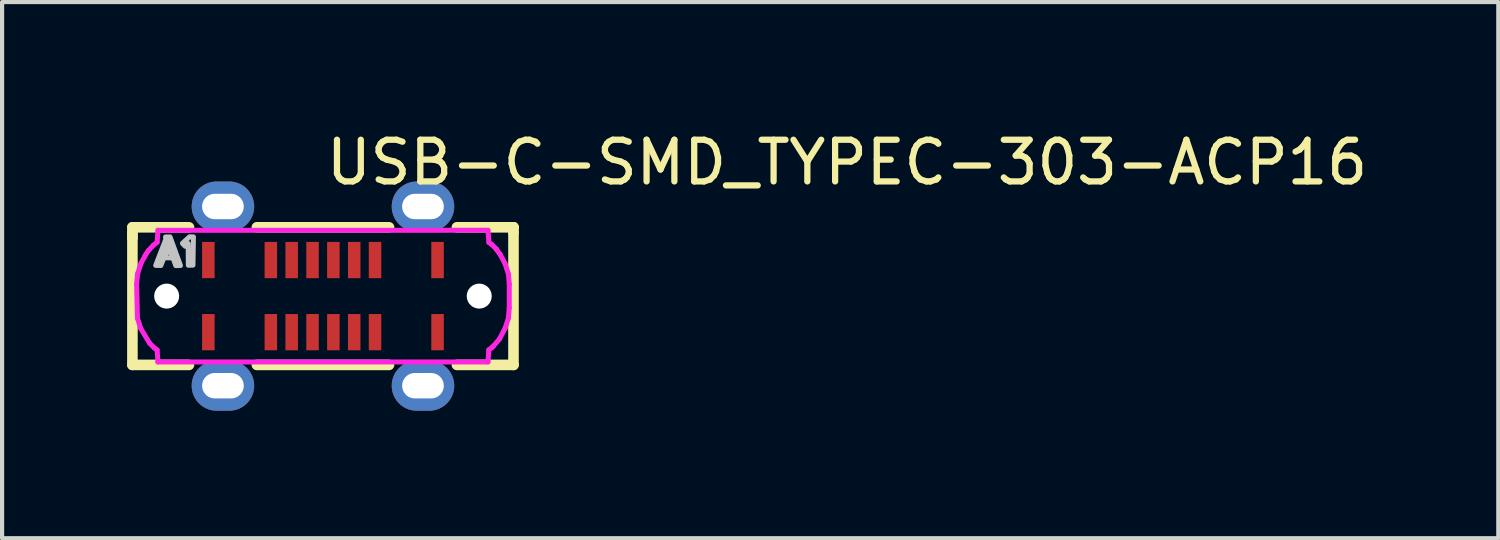
<source format=kicad_pcb>
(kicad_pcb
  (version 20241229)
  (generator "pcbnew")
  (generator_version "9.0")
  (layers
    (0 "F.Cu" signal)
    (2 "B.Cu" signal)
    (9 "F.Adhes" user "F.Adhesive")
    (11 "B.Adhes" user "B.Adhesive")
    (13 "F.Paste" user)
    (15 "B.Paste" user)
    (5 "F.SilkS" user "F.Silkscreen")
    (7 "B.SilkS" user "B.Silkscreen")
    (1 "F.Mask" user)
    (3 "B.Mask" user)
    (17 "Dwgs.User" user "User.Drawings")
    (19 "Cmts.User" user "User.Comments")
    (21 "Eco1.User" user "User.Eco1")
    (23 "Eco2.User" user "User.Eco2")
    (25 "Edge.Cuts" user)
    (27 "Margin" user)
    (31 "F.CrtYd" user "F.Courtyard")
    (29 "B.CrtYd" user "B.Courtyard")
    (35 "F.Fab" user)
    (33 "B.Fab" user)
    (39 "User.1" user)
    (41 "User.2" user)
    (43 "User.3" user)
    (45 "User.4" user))
  (footprint "USB-C-SMD_TYPEC-303-ACP16"
    (layer "F.Cu")
    (at 4.699 4.055)
    (property "Reference" "USB-C-SMD_TYPEC-303-ACP16" (at 0 -3.207 0) (layer "F.SilkS") (effects (font (size 1 1) (thickness 0.15)) (justify left)))
    (attr through_hole)
    (fp_line (start -4.572 -1.651) (end -4.572 -1.397) (stroke (width 0.254) (type solid)) (layer "F.SilkS"))
    (fp_line (start -4.572 -1.524) (end -4.572 1.651) (stroke (width 0.254) (type solid)) (layer "F.SilkS"))
    (fp_line (start -4.572 1.651) (end -3.214 1.651) (stroke (width 0.254) (type solid)) (layer "F.SilkS"))
    (fp_line (start -3.214 -1.651) (end -4.572 -1.651) (stroke (width 0.254) (type solid)) (layer "F.SilkS"))
    (fp_line (start -1.586 1.651) (end 1.586 1.651) (stroke (width 0.254) (type solid)) (layer "F.SilkS"))
    (fp_line (start 1.586 -1.651) (end -1.586 -1.651) (stroke (width 0.254) (type solid)) (layer "F.SilkS"))
    (fp_line (start 3.214 1.651) (end 4.572 1.651) (stroke (width 0.254) (type solid)) (layer "F.SilkS"))
    (fp_line (start 4.572 -1.651) (end 3.214 -1.651) (stroke (width 0.254) (type solid)) (layer "F.SilkS"))
    (fp_line (start 4.572 -1.651) (end 4.572 -1.651) (stroke (width 0.254) (type solid)) (layer "F.SilkS"))
    (fp_line (start 4.572 -1.524) (end 4.572 -1.651) (stroke (width 0.254) (type solid)) (layer "F.SilkS"))
    (fp_line (start 4.572 1.651) (end 4.572 -1.524) (stroke (width 0.254) (type solid)) (layer "F.SilkS"))
    (fp_poly (pts (xy -2.9 -1.3) (xy -2.9 -0.43) (xy -2.6 -0.43) (xy -2.6 -1.3)) (stroke (width 0.12) (type solid)) (fill yes) (layer "F.Paste"))
    (fp_poly (pts (xy -2.9 0.43) (xy -2.9 1.3) (xy -2.6 1.3) (xy -2.6 0.43)) (stroke (width 0.12) (type solid)) (fill yes) (layer "F.Paste"))
    (fp_poly (pts (xy -1.4 -1.3) (xy -1.4 -0.43) (xy -1.1 -0.43) (xy -1.1 -1.3)) (stroke (width 0.12) (type solid)) (fill yes) (layer "F.Paste"))
    (fp_poly (pts (xy -1.4 0.43) (xy -1.4 1.3) (xy -1.1 1.3) (xy -1.1 0.43)) (stroke (width 0.12) (type solid)) (fill yes) (layer "F.Paste"))
    (fp_poly (pts (xy -0.9 0.43) (xy -0.9 1.3) (xy -0.6 1.3) (xy -0.6 0.43)) (stroke (width 0.12) (type solid)) (fill yes) (layer "F.Paste"))
    (fp_poly (pts (xy -0.6 -0.43) (xy -0.6 -1.3) (xy -0.9 -1.3) (xy -0.9 -0.43)) (stroke (width 0.12) (type solid)) (fill yes) (layer "F.Paste"))
    (fp_poly (pts (xy -0.1 -0.43) (xy -0.1 -1.3) (xy -0.4 -1.3) (xy -0.4 -0.43)) (stroke (width 0.12) (type solid)) (fill yes) (layer "F.Paste"))
    (fp_poly (pts (xy -0.1 1.3) (xy -0.1 0.43) (xy -0.4 0.43) (xy -0.4 1.3)) (stroke (width 0.12) (type solid)) (fill yes) (layer "F.Paste"))
    (fp_poly (pts (xy 0.4 -0.43) (xy 0.4 -1.3) (xy 0.1 -1.3) (xy 0.1 -0.43)) (stroke (width 0.12) (type solid)) (fill yes) (layer "F.Paste"))
    (fp_poly (pts (xy 0.4 1.3) (xy 0.4 0.43) (xy 0.1 0.43) (xy 0.1 1.3)) (stroke (width 0.12) (type solid)) (fill yes) (layer "F.Paste"))
    (fp_poly (pts (xy 0.9 -0.43) (xy 0.9 -1.3) (xy 0.6 -1.3) (xy 0.6 -0.43)) (stroke (width 0.12) (type solid)) (fill yes) (layer "F.Paste"))
    (fp_poly (pts (xy 0.9 1.3) (xy 0.9 0.43) (xy 0.6 0.43) (xy 0.6 1.3)) (stroke (width 0.12) (type solid)) (fill yes) (layer "F.Paste"))
    (fp_poly (pts (xy 1.4 -0.43) (xy 1.4 -1.3) (xy 1.1 -1.3) (xy 1.1 -0.43)) (stroke (width 0.12) (type solid)) (fill yes) (layer "F.Paste"))
    (fp_poly (pts (xy 1.4 1.3) (xy 1.4 0.43) (xy 1.1 0.43) (xy 1.1 1.3)) (stroke (width 0.12) (type solid)) (fill yes) (layer "F.Paste"))
    (fp_poly (pts (xy 2.9 -0.43) (xy 2.9 -1.3) (xy 2.6 -1.3) (xy 2.6 -0.43)) (stroke (width 0.12) (type solid)) (fill yes) (layer "F.Paste"))
    (fp_poly (pts (xy 2.9 1.3) (xy 2.9 0.43) (xy 2.6 0.43) (xy 2.6 1.3)) (stroke (width 0.12) (type solid)) (fill yes) (layer "F.Paste"))
    (fp_poly (pts (xy -2.55 -2.75) (xy -2.58 -2.749) (xy -2.61 -2.747) (xy -2.639 -2.743) (xy -2.669 -2.738) (xy -2.698 -2.732) (xy -2.727 -2.723) (xy -2.755 -2.714) (xy -2.783 -2.703) (xy -2.81 -2.691) (xy -2.837 -2.677) (xy -2.863 -2.662) (xy -2.888 -2.646) (xy -2.912 -2.628) (xy -2.936 -2.61) (xy -2.958 -2.59) (xy -2.98 -2.569) (xy -3 -2.547) (xy -3.019 -2.524) (xy -3.037 -2.5) (xy -3.054 -2.476) (xy -3.07 -2.45) (xy -3.084 -2.424) (xy -3.097 -2.397) (xy -3.109 -2.369) (xy -3.119 -2.341) (xy -3.128 -2.313) (xy -3.135 -2.284) (xy -3.141 -2.254) (xy -3.145 -2.225) (xy -3.148 -2.195) (xy -3.15 -2.165) (xy -3.15 -2.135) (xy -3.148 -2.105) (xy -3.145 -2.076) (xy -3.141 -2.046) (xy -3.135 -2.017) (xy -3.128 -1.988) (xy -3.119 -1.959) (xy -3.109 -1.931) (xy -3.097 -1.903) (xy -3.084 -1.876) (xy -3.07 -1.85) (xy -3.054 -1.825) (xy -3.037 -1.8) (xy -3.019 -1.776) (xy -3 -1.753) (xy -2.98 -1.731) (xy -2.958 -1.71) (xy -2.936 -1.69) (xy -2.912 -1.672) (xy -2.888 -1.654) (xy -2.863 -1.638) (xy -2.837 -1.623) (xy -2.81 -1.61) (xy -2.783 -1.597) (xy -2.755 -1.586) (xy -2.727 -1.577) (xy -2.698 -1.569) (xy -2.669 -1.562) (xy -2.639 -1.557) (xy -2.61 -1.553) (xy -2.58 -1.551) (xy -2.55 -1.55) (xy -2.25 -1.55) (xy -2.22 -1.551) (xy -2.19 -1.553) (xy -2.161 -1.557) (xy -2.131 -1.562) (xy -2.102 -1.569) (xy -2.073 -1.577) (xy -2.045 -1.586) (xy -2.017 -1.597) (xy -1.99 -1.61) (xy -1.963 -1.623) (xy -1.937 -1.638) (xy -1.912 -1.654) (xy -1.888 -1.672) (xy -1.864 -1.69) (xy -1.842 -1.71) (xy -1.821 -1.731) (xy -1.8 -1.753) (xy -1.781 -1.776) (xy -1.763 -1.8) (xy -1.746 -1.825) (xy -1.73 -1.85) (xy -1.716 -1.876) (xy -1.703 -1.903) (xy -1.692 -1.931) (xy -1.681 -1.959) (xy -1.672 -1.988) (xy -1.665 -2.017) (xy -1.659 -2.046) (xy -1.655 -2.076) (xy -1.652 -2.105) (xy -1.65 -2.135) (xy -1.65 -2.165) (xy -1.652 -2.195) (xy -1.655 -2.225) (xy -1.659 -2.254) (xy -1.665 -2.284) (xy -1.672 -2.313) (xy -1.681 -2.341) (xy -1.692 -2.369) (xy -1.703 -2.397) (xy -1.716 -2.424) (xy -1.73 -2.45) (xy -1.746 -2.476) (xy -1.763 -2.5) (xy -1.781 -2.524) (xy -1.8 -2.547) (xy -1.821 -2.569) (xy -1.842 -2.59) (xy -1.864 -2.61) (xy -1.888 -2.628) (xy -1.912 -2.646) (xy -1.937 -2.662) (xy -1.963 -2.677) (xy -1.99 -2.691) (xy -2.017 -2.703) (xy -2.045 -2.714) (xy -2.073 -2.723) (xy -2.102 -2.732) (xy -2.131 -2.738) (xy -2.161 -2.743) (xy -2.19 -2.747) (xy -2.22 -2.749) (xy -2.25 -2.75)) (stroke (width 0.12) (type solid)) (fill yes) (layer "F.Paste"))
    (fp_poly (pts (xy -2.22 1.551) (xy -2.25 1.55) (xy -2.55 1.55) (xy -2.58 1.551) (xy -2.61 1.553) (xy -2.639 1.557) (xy -2.669 1.562) (xy -2.698 1.569) (xy -2.727 1.577) (xy -2.755 1.586) (xy -2.783 1.597) (xy -2.81 1.61) (xy -2.837 1.623) (xy -2.863 1.638) (xy -2.888 1.654) (xy -2.912 1.672) (xy -2.936 1.69) (xy -2.958 1.71) (xy -2.98 1.731) (xy -3 1.753) (xy -3.019 1.776) (xy -3.037 1.8) (xy -3.054 1.825) (xy -3.07 1.85) (xy -3.084 1.876) (xy -3.097 1.903) (xy -3.109 1.931) (xy -3.119 1.959) (xy -3.128 1.988) (xy -3.135 2.017) (xy -3.141 2.046) (xy -3.145 2.076) (xy -3.148 2.105) (xy -3.15 2.135) (xy -3.15 2.165) (xy -3.148 2.195) (xy -3.145 2.225) (xy -3.141 2.254) (xy -3.135 2.284) (xy -3.128 2.313) (xy -3.119 2.341) (xy -3.109 2.369) (xy -3.097 2.397) (xy -3.084 2.424) (xy -3.07 2.45) (xy -3.054 2.476) (xy -3.037 2.5) (xy -3.019 2.524) (xy -3 2.547) (xy -2.98 2.569) (xy -2.958 2.59) (xy -2.936 2.61) (xy -2.912 2.628) (xy -2.888 2.646) (xy -2.863 2.662) (xy -2.837 2.677) (xy -2.81 2.691) (xy -2.783 2.703) (xy -2.755 2.714) (xy -2.727 2.723) (xy -2.698 2.732) (xy -2.669 2.738) (xy -2.639 2.743) (xy -2.61 2.747) (xy -2.58 2.749) (xy -2.55 2.75) (xy -2.25 2.75) (xy -2.22 2.749) (xy -2.19 2.747) (xy -2.161 2.743) (xy -2.131 2.738) (xy -2.102 2.732) (xy -2.073 2.723) (xy -2.045 2.714) (xy -2.017 2.703) (xy -1.99 2.691) (xy -1.963 2.677) (xy -1.937 2.662) (xy -1.912 2.646) (xy -1.888 2.628) (xy -1.864 2.61) (xy -1.842 2.59) (xy -1.821 2.569) (xy -1.8 2.547) (xy -1.781 2.524) (xy -1.763 2.5) (xy -1.746 2.476) (xy -1.73 2.45) (xy -1.716 2.424) (xy -1.703 2.397) (xy -1.692 2.369) (xy -1.681 2.341) (xy -1.672 2.313) (xy -1.665 2.284) (xy -1.659 2.254) (xy -1.655 2.225) (xy -1.652 2.195) (xy -1.65 2.165) (xy -1.65 2.135) (xy -1.652 2.105) (xy -1.655 2.076) (xy -1.659 2.046) (xy -1.665 2.017) (xy -1.672 1.988) (xy -1.681 1.959) (xy -1.692 1.931) (xy -1.703 1.903) (xy -1.716 1.876) (xy -1.73 1.85) (xy -1.746 1.825) (xy -1.763 1.8) (xy -1.781 1.776) (xy -1.8 1.753) (xy -1.821 1.731) (xy -1.842 1.71) (xy -1.864 1.69) (xy -1.888 1.672) (xy -1.912 1.654) (xy -1.937 1.638) (xy -1.963 1.623) (xy -1.99 1.61) (xy -2.017 1.597) (xy -2.045 1.586) (xy -2.073 1.577) (xy -2.102 1.569) (xy -2.131 1.562) (xy -2.161 1.557) (xy -2.19 1.553)) (stroke (width 0.12) (type solid)) (fill yes) (layer "F.Paste"))
    (fp_poly (pts (xy 2.25 -2.75) (xy 2.22 -2.749) (xy 2.19 -2.747) (xy 2.161 -2.743) (xy 2.131 -2.738) (xy 2.102 -2.732) (xy 2.073 -2.723) (xy 2.045 -2.714) (xy 2.017 -2.703) (xy 1.99 -2.691) (xy 1.963 -2.677) (xy 1.937 -2.662) (xy 1.912 -2.646) (xy 1.888 -2.628) (xy 1.864 -2.61) (xy 1.842 -2.59) (xy 1.821 -2.569) (xy 1.8 -2.547) (xy 1.781 -2.524) (xy 1.763 -2.5) (xy 1.746 -2.476) (xy 1.73 -2.45) (xy 1.716 -2.424) (xy 1.703 -2.397) (xy 1.692 -2.369) (xy 1.681 -2.341) (xy 1.672 -2.313) (xy 1.665 -2.284) (xy 1.659 -2.254) (xy 1.655 -2.225) (xy 1.652 -2.195) (xy 1.65 -2.165) (xy 1.65 -2.135) (xy 1.652 -2.105) (xy 1.655 -2.076) (xy 1.659 -2.046) (xy 1.665 -2.017) (xy 1.672 -1.988) (xy 1.681 -1.959) (xy 1.692 -1.931) (xy 1.703 -1.903) (xy 1.716 -1.876) (xy 1.73 -1.85) (xy 1.746 -1.825) (xy 1.763 -1.8) (xy 1.781 -1.776) (xy 1.8 -1.753) (xy 1.821 -1.731) (xy 1.842 -1.71) (xy 1.864 -1.69) (xy 1.888 -1.672) (xy 1.912 -1.654) (xy 1.937 -1.638) (xy 1.963 -1.623) (xy 1.99 -1.61) (xy 2.017 -1.597) (xy 2.045 -1.586) (xy 2.073 -1.577) (xy 2.102 -1.569) (xy 2.131 -1.562) (xy 2.161 -1.557) (xy 2.19 -1.553) (xy 2.22 -1.551) (xy 2.25 -1.55) (xy 2.55 -1.55) (xy 2.58 -1.551) (xy 2.61 -1.553) (xy 2.639 -1.557) (xy 2.669 -1.562) (xy 2.698 -1.569) (xy 2.727 -1.577) (xy 2.755 -1.586) (xy 2.783 -1.597) (xy 2.81 -1.61) (xy 2.837 -1.623) (xy 2.863 -1.638) (xy 2.888 -1.654) (xy 2.912 -1.672) (xy 2.936 -1.69) (xy 2.958 -1.71) (xy 2.98 -1.731) (xy 3 -1.753) (xy 3.019 -1.776) (xy 3.037 -1.8) (xy 3.054 -1.825) (xy 3.07 -1.85) (xy 3.084 -1.876) (xy 3.097 -1.903) (xy 3.109 -1.931) (xy 3.119 -1.959) (xy 3.128 -1.988) (xy 3.135 -2.017) (xy 3.141 -2.046) (xy 3.145 -2.076) (xy 3.148 -2.105) (xy 3.15 -2.135) (xy 3.15 -2.165) (xy 3.148 -2.195) (xy 3.145 -2.225) (xy 3.141 -2.254) (xy 3.135 -2.284) (xy 3.128 -2.313) (xy 3.119 -2.341) (xy 3.109 -2.369) (xy 3.097 -2.397) (xy 3.084 -2.424) (xy 3.07 -2.45) (xy 3.054 -2.476) (xy 3.037 -2.5) (xy 3.019 -2.524) (xy 3 -2.547) (xy 2.98 -2.569) (xy 2.958 -2.59) (xy 2.936 -2.61) (xy 2.912 -2.628) (xy 2.888 -2.646) (xy 2.863 -2.662) (xy 2.837 -2.677) (xy 2.81 -2.691) (xy 2.783 -2.703) (xy 2.755 -2.714) (xy 2.727 -2.723) (xy 2.698 -2.732) (xy 2.669 -2.738) (xy 2.639 -2.743) (xy 2.61 -2.747) (xy 2.58 -2.749) (xy 2.55 -2.75)) (stroke (width 0.12) (type solid)) (fill yes) (layer "F.Paste"))
    (fp_poly (pts (xy 2.58 1.551) (xy 2.55 1.55) (xy 2.25 1.55) (xy 2.22 1.551) (xy 2.19 1.553) (xy 2.161 1.557) (xy 2.131 1.562) (xy 2.102 1.569) (xy 2.073 1.577) (xy 2.045 1.586) (xy 2.017 1.597) (xy 1.99 1.61) (xy 1.963 1.623) (xy 1.937 1.638) (xy 1.912 1.654) (xy 1.888 1.672) (xy 1.864 1.69) (xy 1.842 1.71) (xy 1.821 1.731) (xy 1.8 1.753) (xy 1.781 1.776) (xy 1.763 1.8) (xy 1.746 1.825) (xy 1.73 1.85) (xy 1.716 1.876) (xy 1.703 1.903) (xy 1.692 1.931) (xy 1.681 1.959) (xy 1.672 1.988) (xy 1.665 2.017) (xy 1.659 2.046) (xy 1.655 2.076) (xy 1.652 2.105) (xy 1.65 2.135) (xy 1.65 2.165) (xy 1.652 2.195) (xy 1.655 2.225) (xy 1.659 2.254) (xy 1.665 2.284) (xy 1.672 2.313) (xy 1.681 2.341) (xy 1.692 2.369) (xy 1.703 2.397) (xy 1.716 2.424) (xy 1.73 2.45) (xy 1.746 2.476) (xy 1.763 2.5) (xy 1.781 2.524) (xy 1.8 2.547) (xy 1.821 2.569) (xy 1.842 2.59) (xy 1.864 2.61) (xy 1.888 2.628) (xy 1.912 2.646) (xy 1.937 2.662) (xy 1.963 2.677) (xy 1.99 2.691) (xy 2.017 2.703) (xy 2.045 2.714) (xy 2.073 2.723) (xy 2.102 2.732) (xy 2.131 2.738) (xy 2.161 2.743) (xy 2.19 2.747) (xy 2.22 2.749) (xy 2.25 2.75) (xy 2.55 2.75) (xy 2.58 2.749) (xy 2.61 2.747) (xy 2.639 2.743) (xy 2.669 2.738) (xy 2.698 2.732) (xy 2.727 2.723) (xy 2.755 2.714) (xy 2.783 2.703) (xy 2.81 2.691) (xy 2.837 2.677) (xy 2.863 2.662) (xy 2.888 2.646) (xy 2.912 2.628) (xy 2.936 2.61) (xy 2.958 2.59) (xy 2.98 2.569) (xy 3 2.547) (xy 3.019 2.524) (xy 3.037 2.5) (xy 3.054 2.476) (xy 3.07 2.45) (xy 3.084 2.424) (xy 3.097 2.397) (xy 3.109 2.369) (xy 3.119 2.341) (xy 3.128 2.313) (xy 3.135 2.284) (xy 3.141 2.254) (xy 3.145 2.225) (xy 3.148 2.195) (xy 3.15 2.165) (xy 3.15 2.135) (xy 3.148 2.105) (xy 3.145 2.076) (xy 3.141 2.046) (xy 3.135 2.017) (xy 3.128 1.988) (xy 3.119 1.959) (xy 3.109 1.931) (xy 3.097 1.903) (xy 3.084 1.876) (xy 3.07 1.85) (xy 3.054 1.825) (xy 3.037 1.8) (xy 3.019 1.776) (xy 3 1.753) (xy 2.98 1.731) (xy 2.958 1.71) (xy 2.936 1.69) (xy 2.912 1.672) (xy 2.888 1.654) (xy 2.863 1.638) (xy 2.837 1.623) (xy 2.81 1.61) (xy 2.783 1.597) (xy 2.755 1.586) (xy 2.727 1.577) (xy 2.698 1.569) (xy 2.669 1.562) (xy 2.639 1.557) (xy 2.61 1.553)) (stroke (width 0.12) (type solid)) (fill yes) (layer "F.Paste"))
    (fp_circle (center -3.75 0) (end -3.65 0) (stroke (width 0.2) (type solid)) (fill no) (layer "Dwgs.User"))
    (fp_circle (center 3.75 0) (end 3.85 0) (stroke (width 0.2) (type solid)) (fill no) (layer "Dwgs.User"))
    (fp_poly (pts (xy -3.759 -1.05) (xy -3.646 -1.049) (xy -3.599 -0.917) (xy -3.811 -0.921)) (stroke (width 0.12) (type solid)) (fill no) (layer "Dwgs.User"))
    (fp_poly (pts (xy -3.702 -1.205) (xy -3.889 -0.735) (xy -4.013 -0.737) (xy -3.763 -1.382)) (stroke (width 0.12) (type solid)) (fill no) (layer "Dwgs.User"))
    (fp_poly (pts (xy -3.532 -0.733) (xy -3.419 -0.734) (xy -3.669 -1.42) (xy -3.777 -1.419) (xy -3.775 -1.419)) (stroke (width 0.12) (type solid)) (fill no) (layer "Dwgs.User"))
    (fp_poly (pts (xy -3.304 -1.196) (xy -3.365 -1.257) (xy -3.367 -1.26) (xy -3.369 -1.263) (xy -3.37 -1.266) (xy -3.37 -1.269) (xy -3.201 -1.423) (xy -3.108 -1.421) (xy -3.119 -0.743) (xy -3.23 -0.741) (xy -3.234 -1.26)) (stroke (width 0.12) (type solid)) (fill no) (layer "Dwgs.User"))
    (fp_line (start -2.75 -2.3) (end -2.05 -2.3) (stroke (width 0.12) (type solid)) (layer "Eco2.User"))
    (fp_line (start -2.75 -1.5) (end -2.75 -2.3) (stroke (width 0.12) (type solid)) (layer "Eco2.User"))
    (fp_line (start -2.75 1.5) (end -2.05 1.5) (stroke (width 0.12) (type solid)) (layer "Eco2.User"))
    (fp_line (start -2.75 2.3) (end -2.75 1.5) (stroke (width 0.12) (type solid)) (layer "Eco2.User"))
    (fp_line (start -2.05 -2.3) (end -2.05 -1.5) (stroke (width 0.12) (type solid)) (layer "Eco2.User"))
    (fp_line (start -2.05 -1.5) (end -2.75 -1.5) (stroke (width 0.12) (type solid)) (layer "Eco2.User"))
    (fp_line (start -2.05 1.5) (end -2.05 2.3) (stroke (width 0.12) (type solid)) (layer "Eco2.User"))
    (fp_line (start -2.05 2.3) (end -2.75 2.3) (stroke (width 0.12) (type solid)) (layer "Eco2.User"))
    (fp_line (start 2.05 -2.3) (end 2.75 -2.3) (stroke (width 0.12) (type solid)) (layer "Eco2.User"))
    (fp_line (start 2.05 -1.5) (end 2.05 -2.3) (stroke (width 0.12) (type solid)) (layer "Eco2.User"))
    (fp_line (start 2.05 1.5) (end 2.75 1.5) (stroke (width 0.12) (type solid)) (layer "Eco2.User"))
    (fp_line (start 2.05 2.3) (end 2.05 1.5) (stroke (width 0.12) (type solid)) (layer "Eco2.User"))
    (fp_line (start 2.75 -2.3) (end 2.75 -1.5) (stroke (width 0.12) (type solid)) (layer "Eco2.User"))
    (fp_line (start 2.75 -1.5) (end 2.05 -1.5) (stroke (width 0.12) (type solid)) (layer "Eco2.User"))
    (fp_line (start 2.75 1.5) (end 2.75 2.3) (stroke (width 0.12) (type solid)) (layer "Eco2.User"))
    (fp_line (start 2.75 2.3) (end 2.05 2.3) (stroke (width 0.12) (type solid)) (layer "Eco2.User"))
    (fp_circle (center -4.471 -2.3) (end -4.441 -2.3) (stroke (width 0.06) (type solid)) (fill no) (layer "Eco2.User"))
    (fp_poly (pts (xy -2.875 -1.065) (xy -2.625 -1.065) (xy -2.625 -0.565) (xy -2.875 -0.565)) (stroke (width 0.12) (type solid)) (fill no) (layer "Eco2.User"))
    (fp_poly (pts (xy -2.875 0.565) (xy -2.625 0.565) (xy -2.625 1.065) (xy -2.875 1.065)) (stroke (width 0.12) (type solid)) (fill no) (layer "Eco2.User"))
    (fp_poly (pts (xy -2.75 -2.3) (xy -2.05 -2.3) (xy -2.05 -2) (xy -2.75 -2)) (stroke (width 0.12) (type solid)) (fill no) (layer "Eco2.User"))
    (fp_poly (pts (xy -2.75 2) (xy -2.05 2) (xy -2.05 2.3) (xy -2.75 2.3)) (stroke (width 0.12) (type solid)) (fill no) (layer "Eco2.User"))
    (fp_poly (pts (xy -1.375 -1.065) (xy -1.125 -1.065) (xy -1.125 -0.565) (xy -1.375 -0.565)) (stroke (width 0.12) (type solid)) (fill no) (layer "Eco2.User"))
    (fp_poly (pts (xy -1.375 0.565) (xy -1.125 0.565) (xy -1.125 1.065) (xy -1.375 1.065)) (stroke (width 0.12) (type solid)) (fill no) (layer "Eco2.User"))
    (fp_poly (pts (xy -0.875 -1.065) (xy -0.625 -1.065) (xy -0.625 -0.565) (xy -0.875 -0.565)) (stroke (width 0.12) (type solid)) (fill no) (layer "Eco2.User"))
    (fp_poly (pts (xy -0.875 0.565) (xy -0.625 0.565) (xy -0.625 1.065) (xy -0.875 1.065)) (stroke (width 0.12) (type solid)) (fill no) (layer "Eco2.User"))
    (fp_poly (pts (xy -0.375 -1.065) (xy -0.125 -1.065) (xy -0.125 -0.565) (xy -0.375 -0.565)) (stroke (width 0.12) (type solid)) (fill no) (layer "Eco2.User"))
    (fp_poly (pts (xy -0.375 0.565) (xy -0.125 0.565) (xy -0.125 1.065) (xy -0.375 1.065)) (stroke (width 0.12) (type solid)) (fill no) (layer "Eco2.User"))
    (fp_poly (pts (xy 0.125 -1.065) (xy 0.375 -1.065) (xy 0.375 -0.565) (xy 0.125 -0.565)) (stroke (width 0.12) (type solid)) (fill no) (layer "Eco2.User"))
    (fp_poly (pts (xy 0.125 0.565) (xy 0.375 0.565) (xy 0.375 1.065) (xy 0.125 1.065)) (stroke (width 0.12) (type solid)) (fill no) (layer "Eco2.User"))
    (fp_poly (pts (xy 0.625 -1.065) (xy 0.875 -1.065) (xy 0.875 -0.565) (xy 0.625 -0.565)) (stroke (width 0.12) (type solid)) (fill no) (layer "Eco2.User"))
    (fp_poly (pts (xy 0.625 0.565) (xy 0.875 0.565) (xy 0.875 1.065) (xy 0.625 1.065)) (stroke (width 0.12) (type solid)) (fill no) (layer "Eco2.User"))
    (fp_poly (pts (xy 1.125 -1.065) (xy 1.375 -1.065) (xy 1.375 -0.565) (xy 1.125 -0.565)) (stroke (width 0.12) (type solid)) (fill no) (layer "Eco2.User"))
    (fp_poly (pts (xy 1.125 0.565) (xy 1.375 0.565) (xy 1.375 1.065) (xy 1.125 1.065)) (stroke (width 0.12) (type solid)) (fill no) (layer "Eco2.User"))
    (fp_poly (pts (xy 2.05 -2.3) (xy 2.75 -2.3) (xy 2.75 -2) (xy 2.05 -2)) (stroke (width 0.12) (type solid)) (fill no) (layer "Eco2.User"))
    (fp_poly (pts (xy 2.05 2) (xy 2.75 2) (xy 2.75 2.3) (xy 2.05 2.3)) (stroke (width 0.12) (type solid)) (fill no) (layer "Eco2.User"))
    (fp_poly (pts (xy 2.625 -1.065) (xy 2.875 -1.065) (xy 2.875 -0.565) (xy 2.625 -0.565)) (stroke (width 0.12) (type solid)) (fill no) (layer "Eco2.User"))
    (fp_poly (pts (xy 2.625 0.565) (xy 2.875 0.565) (xy 2.875 1.065) (xy 2.625 1.065)) (stroke (width 0.12) (type solid)) (fill no) (layer "Eco2.User"))
    (fp_line (start -4.471 -0.287) (end -4.449 -0.527) (stroke (width 0.12) (type solid)) (layer "F.CrtYd"))
    (fp_line (start -4.451 0.529) (end -4.471 -0.287) (stroke (width 0.12) (type solid)) (layer "F.CrtYd"))
    (fp_line (start -4.449 -0.527) (end -4.367 -0.785) (stroke (width 0.12) (type solid)) (layer "F.CrtYd"))
    (fp_line (start -4.371 0.779) (end -4.451 0.529) (stroke (width 0.12) (type solid)) (layer "F.CrtYd"))
    (fp_line (start -4.367 -0.785) (end -4.28 -0.946) (stroke (width 0.12) (type solid)) (layer "F.CrtYd"))
    (fp_line (start -4.28 -0.946) (end -4.248 -1.002) (stroke (width 0.12) (type solid)) (layer "F.CrtYd"))
    (fp_line (start -4.248 -1.002) (end -4.19 -1.091) (stroke (width 0.12) (type solid)) (layer "F.CrtYd"))
    (fp_line (start -4.19 -1.091) (end -4.068 -1.222) (stroke (width 0.12) (type solid)) (layer "F.CrtYd"))
    (fp_line (start -4.16 1.129) (end -4.371 0.779) (stroke (width 0.12) (type solid)) (layer "F.CrtYd"))
    (fp_line (start -4.068 -1.222) (end -3.979 -1.291) (stroke (width 0.12) (type solid)) (layer "F.CrtYd"))
    (fp_line (start -4.05 1.24) (end -4.16 1.129) (stroke (width 0.12) (type solid)) (layer "F.CrtYd"))
    (fp_line (start -3.979 -1.291) (end -3.958 -1.579) (stroke (width 0.12) (type solid)) (layer "F.CrtYd"))
    (fp_line (start -3.979 1.291) (end -4.05 1.24) (stroke (width 0.12) (type solid)) (layer "F.CrtYd"))
    (fp_line (start -3.959 1.58) (end -3.979 1.291) (stroke (width 0.12) (type solid)) (layer "F.CrtYd"))
    (fp_line (start -3.958 -1.579) (end 3.96 -1.58) (stroke (width 0.12) (type solid)) (layer "F.CrtYd"))
    (fp_line (start 3.96 -1.58) (end 3.982 -1.287) (stroke (width 0.12) (type solid)) (layer "F.CrtYd"))
    (fp_line (start 3.96 1.58) (end -3.959 1.58) (stroke (width 0.12) (type solid)) (layer "F.CrtYd"))
    (fp_line (start 3.98 1.289) (end 3.96 1.58) (stroke (width 0.12) (type solid)) (layer "F.CrtYd"))
    (fp_line (start 3.982 -1.287) (end 4.05 -1.24) (stroke (width 0.12) (type solid)) (layer "F.CrtYd"))
    (fp_line (start 4.05 -1.24) (end 4.16 -1.13) (stroke (width 0.12) (type solid)) (layer "F.CrtYd"))
    (fp_line (start 4.052 1.238) (end 3.98 1.289) (stroke (width 0.12) (type solid)) (layer "F.CrtYd"))
    (fp_line (start 4.091 1.198) (end 4.052 1.238) (stroke (width 0.12) (type solid)) (layer "F.CrtYd"))
    (fp_line (start 4.16 -1.13) (end 4.17 -1.11) (stroke (width 0.12) (type solid)) (layer "F.CrtYd"))
    (fp_line (start 4.17 -1.11) (end 4.25 -1.003) (stroke (width 0.12) (type solid)) (layer "F.CrtYd"))
    (fp_line (start 4.236 1.028) (end 4.091 1.198) (stroke (width 0.12) (type solid)) (layer "F.CrtYd"))
    (fp_line (start 4.25 -1.003) (end 4.367 -0.784) (stroke (width 0.12) (type solid)) (layer "F.CrtYd"))
    (fp_line (start 4.367 -0.784) (end 4.45 -0.529) (stroke (width 0.12) (type solid)) (layer "F.CrtYd"))
    (fp_line (start 4.373 0.767) (end 4.236 1.028) (stroke (width 0.12) (type solid)) (layer "F.CrtYd"))
    (fp_line (start 4.449 0.528) (end 4.373 0.767) (stroke (width 0.12) (type solid)) (layer "F.CrtYd"))
    (fp_line (start 4.45 -0.529) (end 4.471 -0.286) (stroke (width 0.12) (type solid)) (layer "F.CrtYd"))
    (fp_line (start 4.47 0.283) (end 4.449 0.528) (stroke (width 0.12) (type solid)) (layer "F.CrtYd"))
    (fp_line (start 4.471 -0.286) (end 4.47 0.283) (stroke (width 0.12) (type solid)) (layer "F.CrtYd"))
    (pad "" np_thru_hole circle (at -3.75 0) (size 0.6 0.6) (drill 0.6) (layers "*.Cu" "*.Mask"))
    (pad "" np_thru_hole circle (at 3.75 0) (size 0.6 0.6) (drill 0.6) (layers "*.Cu" "*.Mask"))
    (pad "1" thru_hole oval (at -2.4 -2.15) (size 1.5 1.2) (drill oval 1 0.61) (layers "*.Cu" "*.Mask"))
    (pad "2" thru_hole oval (at -2.4 2.15) (size 1.5 1.2) (drill oval 1 0.61) (layers "*.Cu" "*.Mask"))
    (pad "3" thru_hole oval (at 2.4 -2.15) (size 1.5 1.2) (drill oval 1 0.61) (layers "*.Cu" "*.Mask"))
    (pad "4" thru_hole oval (at 2.4 2.15) (size 1.5 1.2) (drill oval 1 0.61) (layers "*.Cu" "*.Mask"))
    (pad "A1" smd rect (at -2.75 -0.865) (size 0.3 0.87) (layers "F.Cu" "F.Mask" "F.Paste"))
    (pad "A4" smd rect (at -1.25 -0.865) (size 0.3 0.87) (layers "F.Cu" "F.Mask" "F.Paste"))
    (pad "A5" smd rect (at -0.75 -0.865) (size 0.3 0.87) (layers "F.Cu" "F.Mask" "F.Paste"))
    (pad "A6" smd rect (at -0.25 -0.865) (size 0.3 0.87) (layers "F.Cu" "F.Mask" "F.Paste"))
    (pad "A7" smd rect (at 0.25 -0.865) (size 0.3 0.87) (layers "F.Cu" "F.Mask" "F.Paste"))
    (pad "A8" smd rect (at 0.75 -0.865) (size 0.3 0.87) (layers "F.Cu" "F.Mask" "F.Paste"))
    (pad "A9" smd rect (at 1.25 -0.865) (size 0.3 0.87) (layers "F.Cu" "F.Mask" "F.Paste"))
    (pad "A12" smd rect (at 2.75 -0.865) (size 0.3 0.87) (layers "F.Cu" "F.Mask" "F.Paste"))
    (pad "B1" smd rect (at 2.75 0.865) (size 0.3 0.87) (layers "F.Cu" "F.Mask" "F.Paste"))
    (pad "B4" smd rect (at 1.25 0.865) (size 0.3 0.87) (layers "F.Cu" "F.Mask" "F.Paste"))
    (pad "B5" smd rect (at 0.75 0.865) (size 0.3 0.87) (layers "F.Cu" "F.Mask" "F.Paste"))
    (pad "B6" smd rect (at 0.25 0.865) (size 0.3 0.87) (layers "F.Cu" "F.Mask" "F.Paste"))
    (pad "B7" smd rect (at -0.25 0.865) (size 0.3 0.87) (layers "F.Cu" "F.Mask" "F.Paste"))
    (pad "B8" smd rect (at -0.75 0.865) (size 0.3 0.87) (layers "F.Cu" "F.Mask" "F.Paste"))
    (pad "B9" smd rect (at -1.25 0.865) (size 0.3 0.87) (layers "F.Cu" "F.Mask" "F.Paste"))
    (pad "B12" smd rect (at -2.75 0.865) (size 0.3 0.87) (layers "F.Cu" "F.Mask" "F.Paste")))
  (gr_rect
    (start -3 -3)
    (end 32.901 9.865)
    (stroke (width 0.1) (type default))
    (fill no)
    (layer "Edge.Cuts")))
</source>
